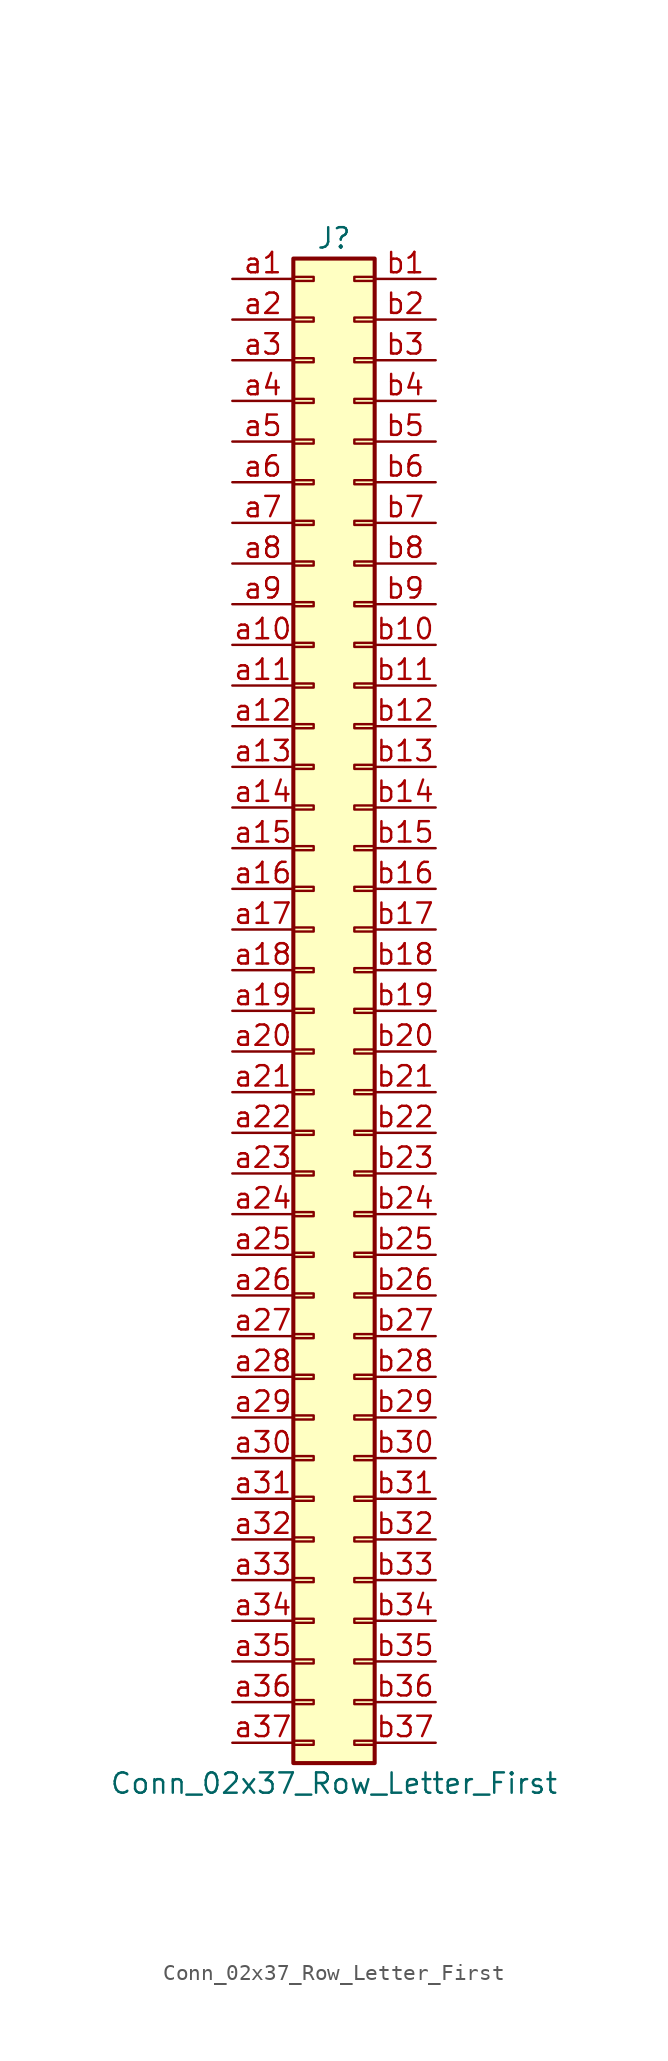
<source format=kicad_sym>
(kicad_symbol_lib
  (version 20201005)
  (generator kicad_symbol_editor)
  (symbol "Conn_02x37_Row_Letter_First"
    (pin_names
      (offset 1.016) hide)
    (property "Reference" "J"
      (at 1.27 48.26 0)
      (effects (font (size 1.27 1.27))))
    (property "Value" "Conn_02x37_Row_Letter_First"
      (at 1.27 -48.26 0)
      (effects (font (size 1.27 1.27))))
    (symbol "Conn_02x37_Row_Letter_First_1_1"
      (rectangle (start -1.27 -45.593) (end 0 -45.847) (stroke (width 0.152)) (fill (type none)))
      (rectangle (start -1.27 -43.053) (end 0 -43.307) (stroke (width 0.152)) (fill (type none)))
      (rectangle (start -1.27 -40.513) (end 0 -40.767) (stroke (width 0.152)) (fill (type none)))
      (rectangle (start -1.27 -37.973) (end 0 -38.227) (stroke (width 0.152)) (fill (type none)))
      (rectangle (start -1.27 -35.433) (end 0 -35.687) (stroke (width 0.152)) (fill (type none)))
      (rectangle (start -1.27 -32.893) (end 0 -33.147) (stroke (width 0.152)) (fill (type none)))
      (rectangle (start -1.27 -30.353) (end 0 -30.607) (stroke (width 0.152)) (fill (type none)))
      (rectangle (start -1.27 -27.813) (end 0 -28.067) (stroke (width 0.152)) (fill (type none)))
      (rectangle (start -1.27 -25.273) (end 0 -25.527) (stroke (width 0.152)) (fill (type none)))
      (rectangle (start -1.27 -22.733) (end 0 -22.987) (stroke (width 0.152)) (fill (type none)))
      (rectangle (start -1.27 -20.193) (end 0 -20.447) (stroke (width 0.152)) (fill (type none)))
      (rectangle (start -1.27 -17.653) (end 0 -17.907) (stroke (width 0.152)) (fill (type none)))
      (rectangle (start -1.27 -15.113) (end 0 -15.367) (stroke (width 0.152)) (fill (type none)))
      (rectangle (start -1.27 -12.573) (end 0 -12.827) (stroke (width 0.152)) (fill (type none)))
      (rectangle (start -1.27 -10.033) (end 0 -10.287) (stroke (width 0.152)) (fill (type none)))
      (rectangle (start -1.27 -7.493) (end 0 -7.747) (stroke (width 0.152)) (fill (type none)))
      (rectangle (start -1.27 -4.953) (end 0 -5.207) (stroke (width 0.152)) (fill (type none)))
      (rectangle (start -1.27 -2.413) (end 0 -2.667) (stroke (width 0.152)) (fill (type none)))
      (rectangle (start -1.27 0.127) (end 0 -0.127) (stroke (width 0.152)) (fill (type none)))
      (rectangle (start -1.27 2.667) (end 0 2.413) (stroke (width 0.152)) (fill (type none)))
      (rectangle (start -1.27 5.207) (end 0 4.953) (stroke (width 0.152)) (fill (type none)))
      (rectangle (start -1.27 7.747) (end 0 7.493) (stroke (width 0.152)) (fill (type none)))
      (rectangle (start -1.27 10.287) (end 0 10.033) (stroke (width 0.152)) (fill (type none)))
      (rectangle (start -1.27 12.827) (end 0 12.573) (stroke (width 0.152)) (fill (type none)))
      (rectangle (start -1.27 15.367) (end 0 15.113) (stroke (width 0.152)) (fill (type none)))
      (rectangle (start -1.27 17.907) (end 0 17.653) (stroke (width 0.152)) (fill (type none)))
      (rectangle (start -1.27 20.447) (end 0 20.193) (stroke (width 0.152)) (fill (type none)))
      (rectangle (start -1.27 22.987) (end 0 22.733) (stroke (width 0.152)) (fill (type none)))
      (rectangle (start -1.27 25.527) (end 0 25.273) (stroke (width 0.152)) (fill (type none)))
      (rectangle (start -1.27 28.067) (end 0 27.813) (stroke (width 0.152)) (fill (type none)))
      (rectangle (start -1.27 30.607) (end 0 30.353) (stroke (width 0.152)) (fill (type none)))
      (rectangle (start -1.27 33.147) (end 0 32.893) (stroke (width 0.152)) (fill (type none)))
      (rectangle (start -1.27 35.687) (end 0 35.433) (stroke (width 0.152)) (fill (type none)))
      (rectangle (start -1.27 38.227) (end 0 37.973) (stroke (width 0.152)) (fill (type none)))
      (rectangle (start -1.27 40.767) (end 0 40.513) (stroke (width 0.152)) (fill (type none)))
      (rectangle (start -1.27 43.307) (end 0 43.053) (stroke (width 0.152)) (fill (type none)))
      (rectangle (start -1.27 45.847) (end 0 45.593) (stroke (width 0.152)) (fill (type none)))
      (rectangle (start 3.81 -45.593) (end 2.54 -45.847) (stroke (width 0.152)) (fill (type none)))
      (rectangle (start 3.81 -43.053) (end 2.54 -43.307) (stroke (width 0.152)) (fill (type none)))
      (rectangle (start 3.81 -40.513) (end 2.54 -40.767) (stroke (width 0.152)) (fill (type none)))
      (rectangle (start 3.81 -37.973) (end 2.54 -38.227) (stroke (width 0.152)) (fill (type none)))
      (rectangle (start 3.81 -35.433) (end 2.54 -35.687) (stroke (width 0.152)) (fill (type none)))
      (rectangle (start 3.81 -32.893) (end 2.54 -33.147) (stroke (width 0.152)) (fill (type none)))
      (rectangle (start 3.81 -30.353) (end 2.54 -30.607) (stroke (width 0.152)) (fill (type none)))
      (rectangle (start 3.81 -27.813) (end 2.54 -28.067) (stroke (width 0.152)) (fill (type none)))
      (rectangle (start 3.81 -25.273) (end 2.54 -25.527) (stroke (width 0.152)) (fill (type none)))
      (rectangle (start 3.81 -22.733) (end 2.54 -22.987) (stroke (width 0.152)) (fill (type none)))
      (rectangle (start 3.81 -20.193) (end 2.54 -20.447) (stroke (width 0.152)) (fill (type none)))
      (rectangle (start 3.81 -17.653) (end 2.54 -17.907) (stroke (width 0.152)) (fill (type none)))
      (rectangle (start 3.81 -15.113) (end 2.54 -15.367) (stroke (width 0.152)) (fill (type none)))
      (rectangle (start 3.81 -12.573) (end 2.54 -12.827) (stroke (width 0.152)) (fill (type none)))
      (rectangle (start 3.81 -10.033) (end 2.54 -10.287) (stroke (width 0.152)) (fill (type none)))
      (rectangle (start 3.81 -7.493) (end 2.54 -7.747) (stroke (width 0.152)) (fill (type none)))
      (rectangle (start 3.81 -4.953) (end 2.54 -5.207) (stroke (width 0.152)) (fill (type none)))
      (rectangle (start 3.81 -2.413) (end 2.54 -2.667) (stroke (width 0.152)) (fill (type none)))
      (rectangle (start 3.81 0.127) (end 2.54 -0.127) (stroke (width 0.152)) (fill (type none)))
      (rectangle (start 3.81 2.667) (end 2.54 2.413) (stroke (width 0.152)) (fill (type none)))
      (rectangle (start 3.81 5.207) (end 2.54 4.953) (stroke (width 0.152)) (fill (type none)))
      (rectangle (start 3.81 7.747) (end 2.54 7.493) (stroke (width 0.152)) (fill (type none)))
      (rectangle (start 3.81 10.287) (end 2.54 10.033) (stroke (width 0.152)) (fill (type none)))
      (rectangle (start 3.81 12.827) (end 2.54 12.573) (stroke (width 0.152)) (fill (type none)))
      (rectangle (start 3.81 15.367) (end 2.54 15.113) (stroke (width 0.152)) (fill (type none)))
      (rectangle (start 3.81 17.907) (end 2.54 17.653) (stroke (width 0.152)) (fill (type none)))
      (rectangle (start 3.81 20.447) (end 2.54 20.193) (stroke (width 0.152)) (fill (type none)))
      (rectangle (start 3.81 22.987) (end 2.54 22.733) (stroke (width 0.152)) (fill (type none)))
      (rectangle (start 3.81 25.527) (end 2.54 25.273) (stroke (width 0.152)) (fill (type none)))
      (rectangle (start 3.81 28.067) (end 2.54 27.813) (stroke (width 0.152)) (fill (type none)))
      (rectangle (start 3.81 30.607) (end 2.54 30.353) (stroke (width 0.152)) (fill (type none)))
      (rectangle (start 3.81 33.147) (end 2.54 32.893) (stroke (width 0.152)) (fill (type none)))
      (rectangle (start 3.81 35.687) (end 2.54 35.433) (stroke (width 0.152)) (fill (type none)))
      (rectangle (start 3.81 38.227) (end 2.54 37.973) (stroke (width 0.152)) (fill (type none)))
      (rectangle (start 3.81 40.767) (end 2.54 40.513) (stroke (width 0.152)) (fill (type none)))
      (rectangle (start 3.81 43.307) (end 2.54 43.053) (stroke (width 0.152)) (fill (type none)))
      (rectangle (start 3.81 45.847) (end 2.54 45.593) (stroke (width 0.152)) (fill (type none)))
      (rectangle (start -1.27 46.99) (end 3.81 -46.99) (stroke (width 0.254)) (fill (type background)))
      (pin passive line (at -5.08 45.72 0) (length 3.81) (name "Pin_a1" (effects (font (size 1.27 1.27)))) (number "a1" (effects (font (size 1.27 1.27)))))
      (pin passive line (at -5.08 22.86 0) (length 3.81) (name "Pin_a10" (effects (font (size 1.27 1.27)))) (number "a10" (effects (font (size 1.27 1.27)))))
      (pin passive line (at -5.08 20.32 0) (length 3.81) (name "Pin_a11" (effects (font (size 1.27 1.27)))) (number "a11" (effects (font (size 1.27 1.27)))))
      (pin passive line (at -5.08 17.78 0) (length 3.81) (name "Pin_a12" (effects (font (size 1.27 1.27)))) (number "a12" (effects (font (size 1.27 1.27)))))
      (pin passive line (at -5.08 15.24 0) (length 3.81) (name "Pin_a13" (effects (font (size 1.27 1.27)))) (number "a13" (effects (font (size 1.27 1.27)))))
      (pin passive line (at -5.08 12.7 0) (length 3.81) (name "Pin_a14" (effects (font (size 1.27 1.27)))) (number "a14" (effects (font (size 1.27 1.27)))))
      (pin passive line (at -5.08 10.16 0) (length 3.81) (name "Pin_a15" (effects (font (size 1.27 1.27)))) (number "a15" (effects (font (size 1.27 1.27)))))
      (pin passive line (at -5.08 7.62 0) (length 3.81) (name "Pin_a16" (effects (font (size 1.27 1.27)))) (number "a16" (effects (font (size 1.27 1.27)))))
      (pin passive line (at -5.08 5.08 0) (length 3.81) (name "Pin_a17" (effects (font (size 1.27 1.27)))) (number "a17" (effects (font (size 1.27 1.27)))))
      (pin passive line (at -5.08 2.54 0) (length 3.81) (name "Pin_a18" (effects (font (size 1.27 1.27)))) (number "a18" (effects (font (size 1.27 1.27)))))
      (pin passive line (at -5.08 0 0) (length 3.81) (name "Pin_a19" (effects (font (size 1.27 1.27)))) (number "a19" (effects (font (size 1.27 1.27)))))
      (pin passive line (at -5.08 43.18 0) (length 3.81) (name "Pin_a2" (effects (font (size 1.27 1.27)))) (number "a2" (effects (font (size 1.27 1.27)))))
      (pin passive line (at -5.08 -2.54 0) (length 3.81) (name "Pin_a20" (effects (font (size 1.27 1.27)))) (number "a20" (effects (font (size 1.27 1.27)))))
      (pin passive line (at -5.08 -5.08 0) (length 3.81) (name "Pin_a21" (effects (font (size 1.27 1.27)))) (number "a21" (effects (font (size 1.27 1.27)))))
      (pin passive line (at -5.08 -7.62 0) (length 3.81) (name "Pin_a22" (effects (font (size 1.27 1.27)))) (number "a22" (effects (font (size 1.27 1.27)))))
      (pin passive line (at -5.08 -10.16 0) (length 3.81) (name "Pin_a23" (effects (font (size 1.27 1.27)))) (number "a23" (effects (font (size 1.27 1.27)))))
      (pin passive line (at -5.08 -12.7 0) (length 3.81) (name "Pin_a24" (effects (font (size 1.27 1.27)))) (number "a24" (effects (font (size 1.27 1.27)))))
      (pin passive line (at -5.08 -15.24 0) (length 3.81) (name "Pin_a25" (effects (font (size 1.27 1.27)))) (number "a25" (effects (font (size 1.27 1.27)))))
      (pin passive line (at -5.08 -17.78 0) (length 3.81) (name "Pin_a26" (effects (font (size 1.27 1.27)))) (number "a26" (effects (font (size 1.27 1.27)))))
      (pin passive line (at -5.08 -20.32 0) (length 3.81) (name "Pin_a27" (effects (font (size 1.27 1.27)))) (number "a27" (effects (font (size 1.27 1.27)))))
      (pin passive line (at -5.08 -22.86 0) (length 3.81) (name "Pin_a28" (effects (font (size 1.27 1.27)))) (number "a28" (effects (font (size 1.27 1.27)))))
      (pin passive line (at -5.08 -25.4 0) (length 3.81) (name "Pin_a29" (effects (font (size 1.27 1.27)))) (number "a29" (effects (font (size 1.27 1.27)))))
      (pin passive line (at -5.08 40.64 0) (length 3.81) (name "Pin_a3" (effects (font (size 1.27 1.27)))) (number "a3" (effects (font (size 1.27 1.27)))))
      (pin passive line (at -5.08 -27.94 0) (length 3.81) (name "Pin_a30" (effects (font (size 1.27 1.27)))) (number "a30" (effects (font (size 1.27 1.27)))))
      (pin passive line (at -5.08 -30.48 0) (length 3.81) (name "Pin_a31" (effects (font (size 1.27 1.27)))) (number "a31" (effects (font (size 1.27 1.27)))))
      (pin passive line (at -5.08 -33.02 0) (length 3.81) (name "Pin_a32" (effects (font (size 1.27 1.27)))) (number "a32" (effects (font (size 1.27 1.27)))))
      (pin passive line (at -5.08 -35.56 0) (length 3.81) (name "Pin_a33" (effects (font (size 1.27 1.27)))) (number "a33" (effects (font (size 1.27 1.27)))))
      (pin passive line (at -5.08 -38.1 0) (length 3.81) (name "Pin_a34" (effects (font (size 1.27 1.27)))) (number "a34" (effects (font (size 1.27 1.27)))))
      (pin passive line (at -5.08 -40.64 0) (length 3.81) (name "Pin_a35" (effects (font (size 1.27 1.27)))) (number "a35" (effects (font (size 1.27 1.27)))))
      (pin passive line (at -5.08 -43.18 0) (length 3.81) (name "Pin_a36" (effects (font (size 1.27 1.27)))) (number "a36" (effects (font (size 1.27 1.27)))))
      (pin passive line (at -5.08 -45.72 0) (length 3.81) (name "Pin_a37" (effects (font (size 1.27 1.27)))) (number "a37" (effects (font (size 1.27 1.27)))))
      (pin passive line (at -5.08 38.1 0) (length 3.81) (name "Pin_a4" (effects (font (size 1.27 1.27)))) (number "a4" (effects (font (size 1.27 1.27)))))
      (pin passive line (at -5.08 35.56 0) (length 3.81) (name "Pin_a5" (effects (font (size 1.27 1.27)))) (number "a5" (effects (font (size 1.27 1.27)))))
      (pin passive line (at -5.08 33.02 0) (length 3.81) (name "Pin_a6" (effects (font (size 1.27 1.27)))) (number "a6" (effects (font (size 1.27 1.27)))))
      (pin passive line (at -5.08 30.48 0) (length 3.81) (name "Pin_a7" (effects (font (size 1.27 1.27)))) (number "a7" (effects (font (size 1.27 1.27)))))
      (pin passive line (at -5.08 27.94 0) (length 3.81) (name "Pin_a8" (effects (font (size 1.27 1.27)))) (number "a8" (effects (font (size 1.27 1.27)))))
      (pin passive line (at -5.08 25.4 0) (length 3.81) (name "Pin_a9" (effects (font (size 1.27 1.27)))) (number "a9" (effects (font (size 1.27 1.27)))))
      (pin passive line (at 7.62 45.72 180) (length 3.81) (name "Pin_b1" (effects (font (size 1.27 1.27)))) (number "b1" (effects (font (size 1.27 1.27)))))
      (pin passive line (at 7.62 22.86 180) (length 3.81) (name "Pin_b10" (effects (font (size 1.27 1.27)))) (number "b10" (effects (font (size 1.27 1.27)))))
      (pin passive line (at 7.62 20.32 180) (length 3.81) (name "Pin_b11" (effects (font (size 1.27 1.27)))) (number "b11" (effects (font (size 1.27 1.27)))))
      (pin passive line (at 7.62 17.78 180) (length 3.81) (name "Pin_b12" (effects (font (size 1.27 1.27)))) (number "b12" (effects (font (size 1.27 1.27)))))
      (pin passive line (at 7.62 15.24 180) (length 3.81) (name "Pin_b13" (effects (font (size 1.27 1.27)))) (number "b13" (effects (font (size 1.27 1.27)))))
      (pin passive line (at 7.62 12.7 180) (length 3.81) (name "Pin_b14" (effects (font (size 1.27 1.27)))) (number "b14" (effects (font (size 1.27 1.27)))))
      (pin passive line (at 7.62 10.16 180) (length 3.81) (name "Pin_b15" (effects (font (size 1.27 1.27)))) (number "b15" (effects (font (size 1.27 1.27)))))
      (pin passive line (at 7.62 7.62 180) (length 3.81) (name "Pin_b16" (effects (font (size 1.27 1.27)))) (number "b16" (effects (font (size 1.27 1.27)))))
      (pin passive line (at 7.62 5.08 180) (length 3.81) (name "Pin_b17" (effects (font (size 1.27 1.27)))) (number "b17" (effects (font (size 1.27 1.27)))))
      (pin passive line (at 7.62 2.54 180) (length 3.81) (name "Pin_b18" (effects (font (size 1.27 1.27)))) (number "b18" (effects (font (size 1.27 1.27)))))
      (pin passive line (at 7.62 0 180) (length 3.81) (name "Pin_b19" (effects (font (size 1.27 1.27)))) (number "b19" (effects (font (size 1.27 1.27)))))
      (pin passive line (at 7.62 43.18 180) (length 3.81) (name "Pin_b2" (effects (font (size 1.27 1.27)))) (number "b2" (effects (font (size 1.27 1.27)))))
      (pin passive line (at 7.62 -2.54 180) (length 3.81) (name "Pin_b20" (effects (font (size 1.27 1.27)))) (number "b20" (effects (font (size 1.27 1.27)))))
      (pin passive line (at 7.62 -5.08 180) (length 3.81) (name "Pin_b21" (effects (font (size 1.27 1.27)))) (number "b21" (effects (font (size 1.27 1.27)))))
      (pin passive line (at 7.62 -7.62 180) (length 3.81) (name "Pin_b22" (effects (font (size 1.27 1.27)))) (number "b22" (effects (font (size 1.27 1.27)))))
      (pin passive line (at 7.62 -10.16 180) (length 3.81) (name "Pin_b23" (effects (font (size 1.27 1.27)))) (number "b23" (effects (font (size 1.27 1.27)))))
      (pin passive line (at 7.62 -12.7 180) (length 3.81) (name "Pin_b24" (effects (font (size 1.27 1.27)))) (number "b24" (effects (font (size 1.27 1.27)))))
      (pin passive line (at 7.62 -15.24 180) (length 3.81) (name "Pin_b25" (effects (font (size 1.27 1.27)))) (number "b25" (effects (font (size 1.27 1.27)))))
      (pin passive line (at 7.62 -17.78 180) (length 3.81) (name "Pin_b26" (effects (font (size 1.27 1.27)))) (number "b26" (effects (font (size 1.27 1.27)))))
      (pin passive line (at 7.62 -20.32 180) (length 3.81) (name "Pin_b27" (effects (font (size 1.27 1.27)))) (number "b27" (effects (font (size 1.27 1.27)))))
      (pin passive line (at 7.62 -22.86 180) (length 3.81) (name "Pin_b28" (effects (font (size 1.27 1.27)))) (number "b28" (effects (font (size 1.27 1.27)))))
      (pin passive line (at 7.62 -25.4 180) (length 3.81) (name "Pin_b29" (effects (font (size 1.27 1.27)))) (number "b29" (effects (font (size 1.27 1.27)))))
      (pin passive line (at 7.62 40.64 180) (length 3.81) (name "Pin_b3" (effects (font (size 1.27 1.27)))) (number "b3" (effects (font (size 1.27 1.27)))))
      (pin passive line (at 7.62 -27.94 180) (length 3.81) (name "Pin_b30" (effects (font (size 1.27 1.27)))) (number "b30" (effects (font (size 1.27 1.27)))))
      (pin passive line (at 7.62 -30.48 180) (length 3.81) (name "Pin_b31" (effects (font (size 1.27 1.27)))) (number "b31" (effects (font (size 1.27 1.27)))))
      (pin passive line (at 7.62 -33.02 180) (length 3.81) (name "Pin_b32" (effects (font (size 1.27 1.27)))) (number "b32" (effects (font (size 1.27 1.27)))))
      (pin passive line (at 7.62 -35.56 180) (length 3.81) (name "Pin_b33" (effects (font (size 1.27 1.27)))) (number "b33" (effects (font (size 1.27 1.27)))))
      (pin passive line (at 7.62 -38.1 180) (length 3.81) (name "Pin_b34" (effects (font (size 1.27 1.27)))) (number "b34" (effects (font (size 1.27 1.27)))))
      (pin passive line (at 7.62 -40.64 180) (length 3.81) (name "Pin_b35" (effects (font (size 1.27 1.27)))) (number "b35" (effects (font (size 1.27 1.27)))))
      (pin passive line (at 7.62 -43.18 180) (length 3.81) (name "Pin_b36" (effects (font (size 1.27 1.27)))) (number "b36" (effects (font (size 1.27 1.27)))))
      (pin passive line (at 7.62 -45.72 180) (length 3.81) (name "Pin_b37" (effects (font (size 1.27 1.27)))) (number "b37" (effects (font (size 1.27 1.27)))))
      (pin passive line (at 7.62 38.1 180) (length 3.81) (name "Pin_b4" (effects (font (size 1.27 1.27)))) (number "b4" (effects (font (size 1.27 1.27)))))
      (pin passive line (at 7.62 35.56 180) (length 3.81) (name "Pin_b5" (effects (font (size 1.27 1.27)))) (number "b5" (effects (font (size 1.27 1.27)))))
      (pin passive line (at 7.62 33.02 180) (length 3.81) (name "Pin_b6" (effects (font (size 1.27 1.27)))) (number "b6" (effects (font (size 1.27 1.27)))))
      (pin passive line (at 7.62 30.48 180) (length 3.81) (name "Pin_b7" (effects (font (size 1.27 1.27)))) (number "b7" (effects (font (size 1.27 1.27)))))
      (pin passive line (at 7.62 27.94 180) (length 3.81) (name "Pin_b8" (effects (font (size 1.27 1.27)))) (number "b8" (effects (font (size 1.27 1.27)))))
      (pin passive line (at 7.62 25.4 180) (length 3.81) (name "Pin_b9" (effects (font (size 1.27 1.27)))) (number "b9" (effects (font (size 1.27 1.27))))))))
</source>
